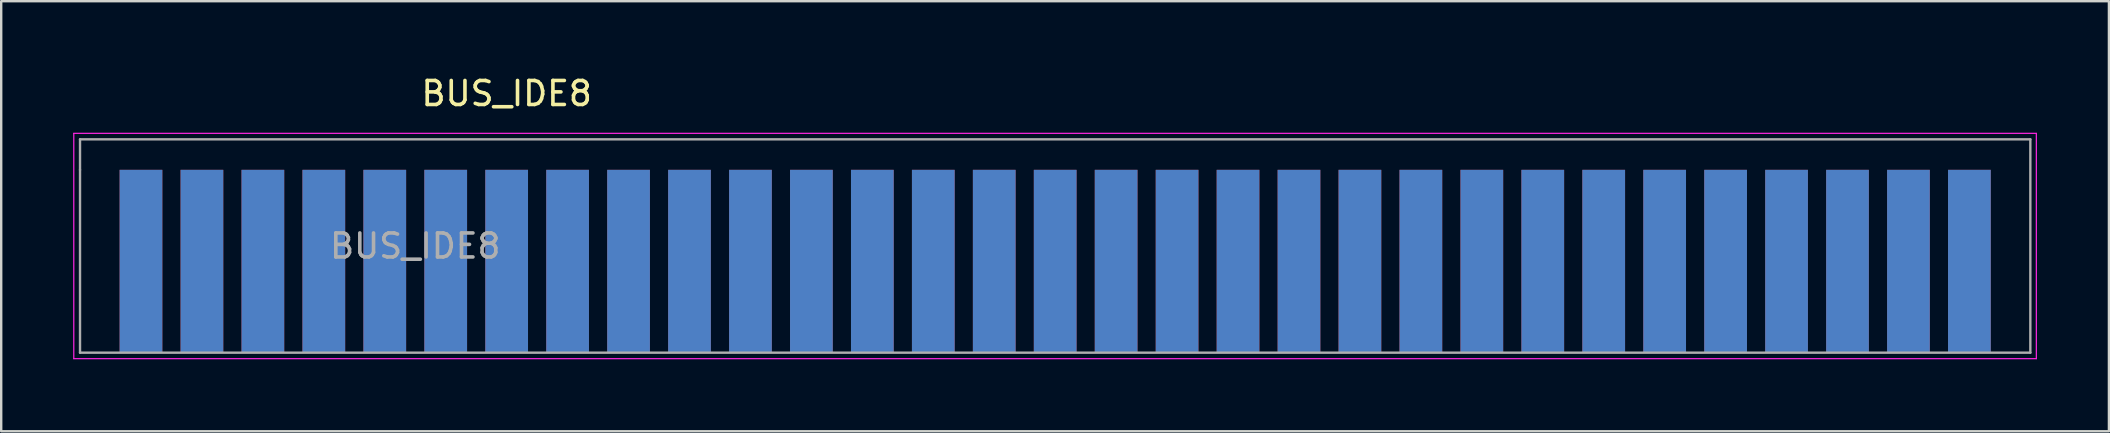
<source format=kicad_pcb>
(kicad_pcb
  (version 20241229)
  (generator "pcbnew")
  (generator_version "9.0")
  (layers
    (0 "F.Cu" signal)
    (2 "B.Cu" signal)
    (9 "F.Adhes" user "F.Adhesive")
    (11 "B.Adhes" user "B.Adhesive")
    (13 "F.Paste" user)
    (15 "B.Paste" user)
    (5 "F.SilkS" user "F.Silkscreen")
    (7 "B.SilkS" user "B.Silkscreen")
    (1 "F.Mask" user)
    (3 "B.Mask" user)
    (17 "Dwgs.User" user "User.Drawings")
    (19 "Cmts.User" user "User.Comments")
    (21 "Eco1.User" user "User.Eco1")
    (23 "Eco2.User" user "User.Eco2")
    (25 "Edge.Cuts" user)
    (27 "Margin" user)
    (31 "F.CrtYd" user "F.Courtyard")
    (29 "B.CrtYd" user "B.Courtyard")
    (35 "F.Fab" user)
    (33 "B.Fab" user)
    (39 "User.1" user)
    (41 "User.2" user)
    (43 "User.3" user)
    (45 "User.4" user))
  (footprint "BUS_IDE8"
    (layer "F.Cu")
    (at 79.025 7.838)
    (property "Reference" "BUS_IDE8" (at -60.96 -6.99 0) (layer "F.SilkS") (effects (font (size 1 1) (thickness 0.15))))
    (attr exclude_from_pos_files exclude_from_bom)
    (fp_line (start -79 -5.33) (end -79 4.06) (stroke (width 0.05) (type solid)) (layer "F.CrtYd"))
    (fp_line (start 2.79 -5.33) (end -79 -5.33) (stroke (width 0.05) (type solid)) (layer "F.CrtYd"))
    (fp_line (start 2.79 4.06) (end -79 4.06) (stroke (width 0.05) (type solid)) (layer "F.CrtYd"))
    (fp_line (start 2.79 4.06) (end 2.79 -5.33) (stroke (width 0.05) (type solid)) (layer "F.CrtYd"))
    (fp_line (start -78.74 -5.08) (end -78.74 -3.81) (stroke (width 0.1) (type solid)) (layer "F.Fab"))
    (fp_line (start -78.74 3.81) (end -78.74 -3.81) (stroke (width 0.1) (type solid)) (layer "F.Fab"))
    (fp_line (start 2.54 -5.08) (end -78.74 -5.08) (stroke (width 0.1) (type solid)) (layer "F.Fab"))
    (fp_line (start 2.54 -5.08) (end 2.54 3.81) (stroke (width 0.1) (type solid)) (layer "F.Fab"))
    (fp_line (start 2.54 3.81) (end -78.74 3.81) (stroke (width 0.1) (type solid)) (layer "F.Fab"))
    (fp_text user "${REFERENCE}" (at -64.77 -0.635 0) (layer "F.Fab") (effects (font (size 1 1) (thickness 0.15))))
    (pad "1" connect rect (at 0 0) (size 1.78 7.62) (layers "B.Cu" "B.Mask"))
    (pad "2" connect rect (at -2.54 0) (size 1.78 7.62) (layers "B.Cu" "B.Mask"))
    (pad "3" connect rect (at -5.08 0) (size 1.78 7.62) (layers "B.Cu" "B.Mask"))
    (pad "4" connect rect (at -7.62 0) (size 1.78 7.62) (layers "B.Cu" "B.Mask"))
    (pad "5" connect rect (at -10.16 0) (size 1.78 7.62) (layers "B.Cu" "B.Mask"))
    (pad "6" connect rect (at -12.7 0) (size 1.78 7.62) (layers "B.Cu" "B.Mask"))
    (pad "7" connect rect (at -15.24 0) (size 1.78 7.62) (layers "B.Cu" "B.Mask"))
    (pad "8" connect rect (at -17.78 0) (size 1.78 7.62) (layers "B.Cu" "B.Mask"))
    (pad "9" connect rect (at -20.32 0) (size 1.78 7.62) (layers "B.Cu" "B.Mask"))
    (pad "10" connect rect (at -22.86 0) (size 1.78 7.62) (layers "B.Cu" "B.Mask"))
    (pad "11" connect rect (at -25.4 0) (size 1.78 7.62) (layers "B.Cu" "B.Mask"))
    (pad "12" connect rect (at -27.94 0) (size 1.78 7.62) (layers "B.Cu" "B.Mask"))
    (pad "13" connect rect (at -30.48 0) (size 1.78 7.62) (layers "B.Cu" "B.Mask"))
    (pad "14" connect rect (at -33.02 0) (size 1.78 7.62) (layers "B.Cu" "B.Mask"))
    (pad "15" connect rect (at -35.56 0) (size 1.78 7.62) (layers "B.Cu" "B.Mask"))
    (pad "16" connect rect (at -38.1 0) (size 1.78 7.62) (layers "B.Cu" "B.Mask"))
    (pad "17" connect rect (at -40.64 0) (size 1.78 7.62) (layers "B.Cu" "B.Mask"))
    (pad "18" connect rect (at -43.18 0) (size 1.78 7.62) (layers "B.Cu" "B.Mask"))
    (pad "19" connect rect (at -45.72 0) (size 1.78 7.62) (layers "B.Cu" "B.Mask"))
    (pad "20" connect rect (at -48.26 0) (size 1.78 7.62) (layers "B.Cu" "B.Mask"))
    (pad "21" connect rect (at -50.8 0) (size 1.78 7.62) (layers "B.Cu" "B.Mask"))
    (pad "22" connect rect (at -53.34 0) (size 1.78 7.62) (layers "B.Cu" "B.Mask"))
    (pad "23" connect rect (at -55.88 0) (size 1.78 7.62) (layers "B.Cu" "B.Mask"))
    (pad "24" connect rect (at -58.42 0) (size 1.78 7.62) (layers "B.Cu" "B.Mask"))
    (pad "25" connect rect (at -60.96 0) (size 1.78 7.62) (layers "B.Cu" "B.Mask"))
    (pad "26" connect rect (at -63.5 0) (size 1.78 7.62) (layers "B.Cu" "B.Mask"))
    (pad "27" connect rect (at -66.04 0) (size 1.78 7.62) (layers "B.Cu" "B.Mask"))
    (pad "28" connect rect (at -68.58 0) (size 1.78 7.62) (layers "B.Cu" "B.Mask"))
    (pad "29" connect rect (at -71.12 0) (size 1.78 7.62) (layers "B.Cu" "B.Mask"))
    (pad "30" connect rect (at -73.66 0) (size 1.78 7.62) (layers "B.Cu" "B.Mask"))
    (pad "31" connect rect (at -76.2 0) (size 1.78 7.62) (layers "B.Cu" "B.Mask"))
    (pad "32" connect rect (at 0 0) (size 1.78 7.62) (layers "F.Cu" "F.Mask"))
    (pad "33" connect rect (at -2.54 0) (size 1.78 7.62) (layers "F.Cu" "F.Mask"))
    (pad "34" connect rect (at -5.08 0) (size 1.78 7.62) (layers "F.Cu" "F.Mask"))
    (pad "35" connect rect (at -7.62 0) (size 1.78 7.62) (layers "F.Cu" "F.Mask"))
    (pad "36" connect rect (at -10.16 0) (size 1.78 7.62) (layers "F.Cu" "F.Mask"))
    (pad "37" connect rect (at -12.7 0) (size 1.78 7.62) (layers "F.Cu" "F.Mask"))
    (pad "38" connect rect (at -15.24 0) (size 1.78 7.62) (layers "F.Cu" "F.Mask"))
    (pad "39" connect rect (at -17.78 0) (size 1.78 7.62) (layers "F.Cu" "F.Mask"))
    (pad "40" connect rect (at -20.32 0) (size 1.78 7.62) (layers "F.Cu" "F.Mask"))
    (pad "41" connect rect (at -22.86 0) (size 1.78 7.62) (layers "F.Cu" "F.Mask"))
    (pad "42" connect rect (at -25.4 0) (size 1.78 7.62) (layers "F.Cu" "F.Mask"))
    (pad "43" connect rect (at -27.94 0) (size 1.78 7.62) (layers "F.Cu" "F.Mask"))
    (pad "44" connect rect (at -30.48 0) (size 1.78 7.62) (layers "F.Cu" "F.Mask"))
    (pad "45" connect rect (at -33.02 0) (size 1.78 7.62) (layers "F.Cu" "F.Mask"))
    (pad "46" connect rect (at -35.56 0) (size 1.78 7.62) (layers "F.Cu" "F.Mask"))
    (pad "47" connect rect (at -38.1 0) (size 1.78 7.62) (layers "F.Cu" "F.Mask"))
    (pad "48" connect rect (at -40.64 0) (size 1.78 7.62) (layers "F.Cu" "F.Mask"))
    (pad "49" connect rect (at -43.18 0) (size 1.78 7.62) (layers "F.Cu" "F.Mask"))
    (pad "50" connect rect (at -45.72 0) (size 1.78 7.62) (layers "F.Cu" "F.Mask"))
    (pad "51" connect rect (at -48.26 0) (size 1.78 7.62) (layers "F.Cu" "F.Mask"))
    (pad "52" connect rect (at -50.8 0) (size 1.78 7.62) (layers "F.Cu" "F.Mask"))
    (pad "53" connect rect (at -53.34 0) (size 1.78 7.62) (layers "F.Cu" "F.Mask"))
    (pad "54" connect rect (at -55.88 0) (size 1.78 7.62) (layers "F.Cu" "F.Mask"))
    (pad "55" connect rect (at -58.42 0) (size 1.78 7.62) (layers "F.Cu" "F.Mask"))
    (pad "56" connect rect (at -60.96 0) (size 1.78 7.62) (layers "F.Cu" "F.Mask"))
    (pad "57" connect rect (at -63.5 0) (size 1.78 7.62) (layers "F.Cu" "F.Mask"))
    (pad "58" connect rect (at -66.04 0) (size 1.78 7.62) (layers "F.Cu" "F.Mask"))
    (pad "59" connect rect (at -68.58 0) (size 1.78 7.62) (layers "F.Cu" "F.Mask"))
    (pad "60" connect rect (at -71.12 0) (size 1.78 7.62) (layers "F.Cu" "F.Mask"))
    (pad "61" connect rect (at -73.66 0) (size 1.78 7.62) (layers "F.Cu" "F.Mask"))
    (pad "62" connect rect (at -76.2 0) (size 1.78 7.62) (layers "F.Cu" "F.Mask")))
  (gr_rect
    (start -3 -3)
    (end 84.84 14.923)
    (stroke (width 0.1) (type default))
    (fill no)
    (layer "Edge.Cuts")))
</source>
